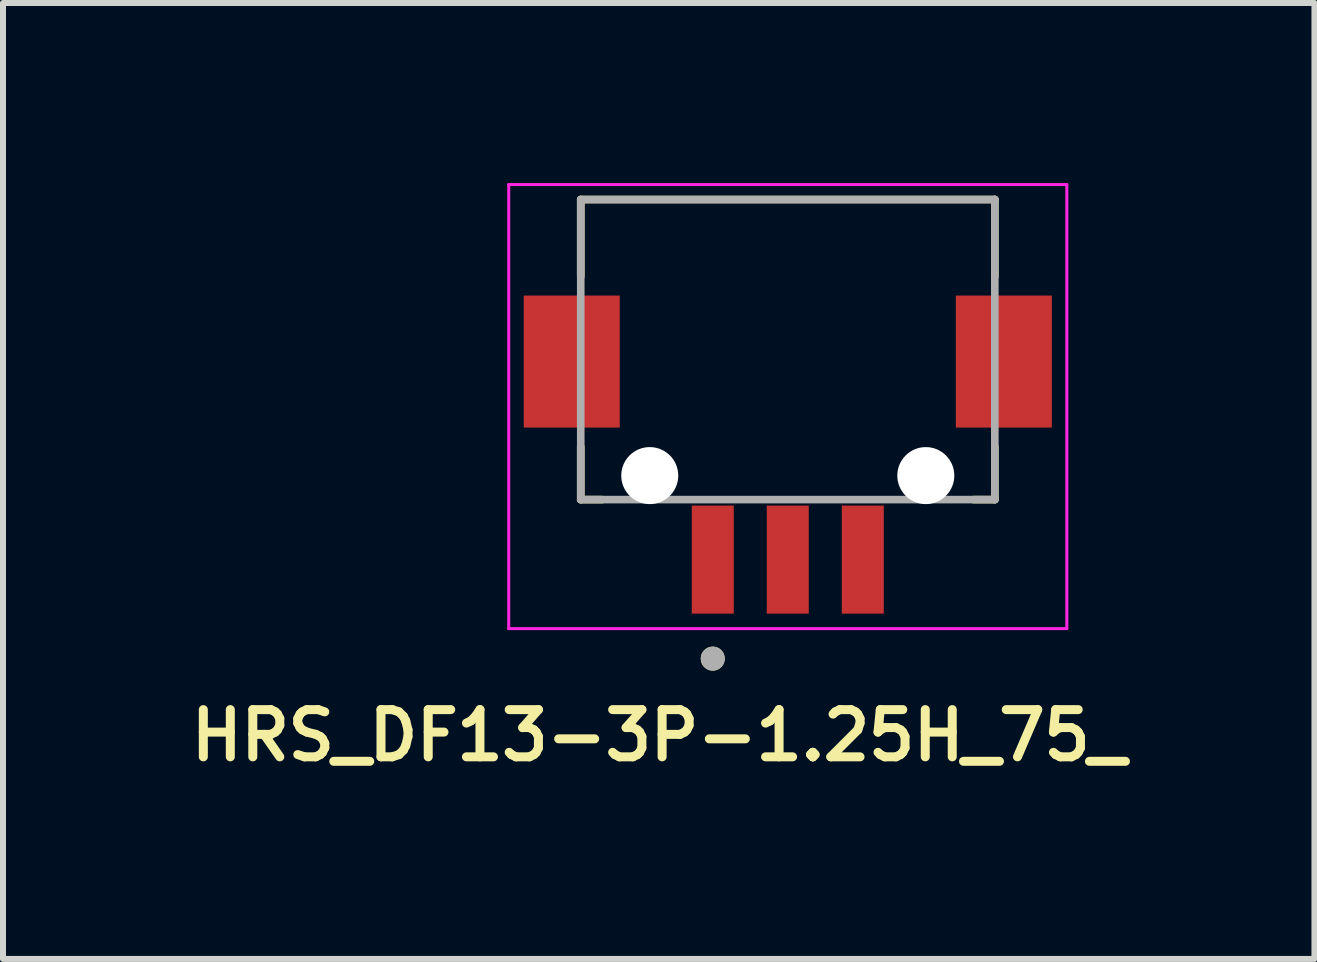
<source format=kicad_pcb>
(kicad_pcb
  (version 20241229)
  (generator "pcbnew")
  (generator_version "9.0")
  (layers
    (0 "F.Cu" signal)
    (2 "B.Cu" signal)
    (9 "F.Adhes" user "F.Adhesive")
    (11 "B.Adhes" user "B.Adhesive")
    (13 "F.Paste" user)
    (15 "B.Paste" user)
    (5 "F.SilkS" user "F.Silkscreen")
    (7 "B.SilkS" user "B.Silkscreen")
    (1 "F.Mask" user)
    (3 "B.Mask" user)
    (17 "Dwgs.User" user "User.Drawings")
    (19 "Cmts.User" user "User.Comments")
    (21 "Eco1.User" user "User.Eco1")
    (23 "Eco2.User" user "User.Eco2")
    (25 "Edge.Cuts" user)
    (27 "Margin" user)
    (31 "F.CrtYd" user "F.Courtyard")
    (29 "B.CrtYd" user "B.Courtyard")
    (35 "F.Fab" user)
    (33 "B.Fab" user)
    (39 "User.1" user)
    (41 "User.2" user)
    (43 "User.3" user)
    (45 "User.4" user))
  (footprint "HRS_DF13-3P-1.25H_75_"
    (layer "F.Cu")
    (at 10.077 4.875)
    (property "Reference" "HRS_DF13-3P-1.25H_75_" (at -2.15 4.33 0) (layer "F.SilkS") (effects (font (size 0.787 0.787) (thickness 0.15))))
    (attr smd)
    (fp_line (start -3.45 -4.6) (end -3.45 -3.32) (stroke (width 0.127) (type solid)) (layer "F.SilkS"))
    (fp_line (start -3.45 0.4) (end -3.45 -0.48) (stroke (width 0.127) (type solid)) (layer "F.SilkS"))
    (fp_line (start -3.45 0.4) (end -3.095 0.4) (stroke (width 0.127) (type solid)) (layer "F.SilkS"))
    (fp_line (start 3.095 0.4) (end 3.45 0.4) (stroke (width 0.127) (type solid)) (layer "F.SilkS"))
    (fp_line (start 3.45 -4.6) (end -3.45 -4.6) (stroke (width 0.127) (type solid)) (layer "F.SilkS"))
    (fp_line (start 3.45 -3.32) (end 3.45 -4.6) (stroke (width 0.127) (type solid)) (layer "F.SilkS"))
    (fp_line (start 3.45 0.4) (end 3.45 -0.48) (stroke (width 0.127) (type solid)) (layer "F.SilkS"))
    (fp_circle (center -1.25 3.05) (end -1.15 3.05) (stroke (width 0.2) (type solid)) (fill no) (layer "F.SilkS"))
    (fp_line (start -4.65 -4.85) (end -4.65 2.55) (stroke (width 0.05) (type solid)) (layer "F.CrtYd"))
    (fp_line (start -4.65 2.55) (end 4.65 2.55) (stroke (width 0.05) (type solid)) (layer "F.CrtYd"))
    (fp_line (start 4.65 -4.85) (end -4.65 -4.85) (stroke (width 0.05) (type solid)) (layer "F.CrtYd"))
    (fp_line (start 4.65 2.55) (end 4.65 -4.85) (stroke (width 0.05) (type solid)) (layer "F.CrtYd"))
    (fp_line (start -3.45 -4.6) (end -3.45 0.4) (stroke (width 0.127) (type solid)) (layer "F.Fab"))
    (fp_line (start -3.45 0.4) (end 3.45 0.4) (stroke (width 0.127) (type solid)) (layer "F.Fab"))
    (fp_line (start 3.45 -4.6) (end -3.45 -4.6) (stroke (width 0.127) (type solid)) (layer "F.Fab"))
    (fp_line (start 3.45 0.4) (end 3.45 -4.6) (stroke (width 0.127) (type solid)) (layer "F.Fab"))
    (fp_circle (center -1.25 3.05) (end -1.15 3.05) (stroke (width 0.2) (type solid)) (fill no) (layer "F.Fab"))
    (pad "" np_thru_hole circle (at -2.3 0) (size 0.95 0.95) (drill 0.95) (layers "*.Cu" "*.Mask"))
    (pad "" np_thru_hole circle (at 2.3 0) (size 0.95 0.95) (drill 0.95) (layers "*.Cu" "*.Mask"))
    (pad "1" smd rect (at -1.25 1.4) (size 0.7 1.8) (layers "F.Cu" "F.Mask" "F.Paste"))
    (pad "2" smd rect (at 0 1.4) (size 0.7 1.8) (layers "F.Cu" "F.Mask" "F.Paste"))
    (pad "3" smd rect (at 1.25 1.4) (size 0.7 1.8) (layers "F.Cu" "F.Mask" "F.Paste"))
    (pad "S1" smd rect (at -3.6 -1.9) (size 1.6 2.2) (layers "F.Cu" "F.Mask" "F.Paste"))
    (pad "S2" smd rect (at 3.6 -1.9) (size 1.6 2.2) (layers "F.Cu" "F.Mask" "F.Paste")))
  (gr_rect
    (start -3 -3)
    (end 18.853 12.929)
    (stroke (width 0.1) (type default))
    (fill no)
    (layer "Edge.Cuts")))
</source>
